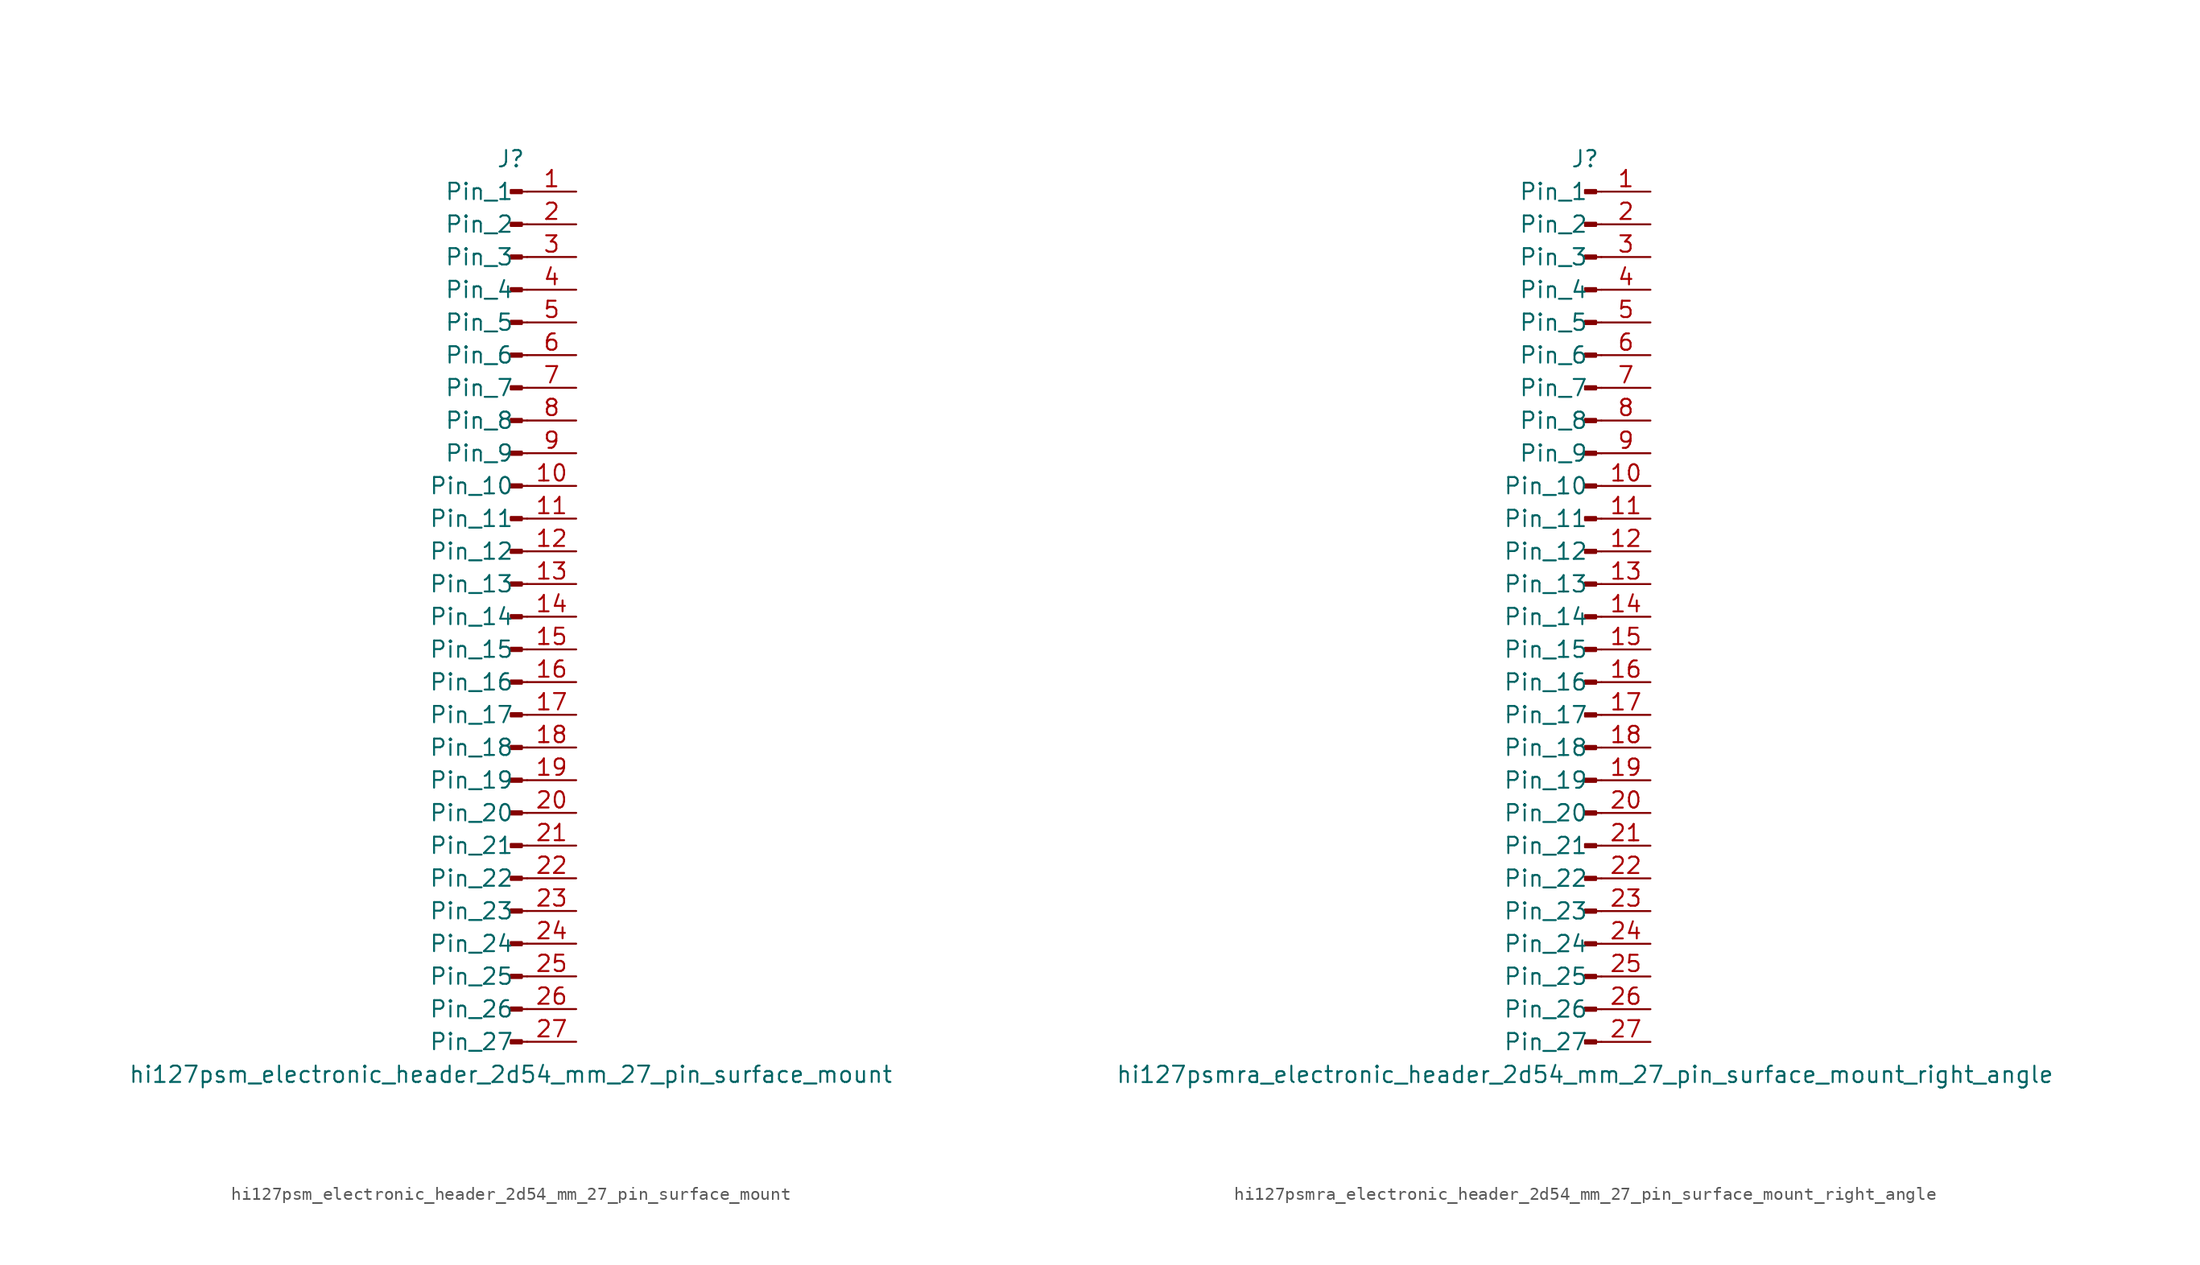
<source format=kicad_sym>
(kicad_symbol_lib
  (version 20220914)
  (generator kicad_symbol_editor)
  (symbol "hi127psm_electronic_header_2d54_mm_27_pin_surface_mount"
    (pin_names
      (offset 1.016))
    (property "Reference" "J"
      (at 0 35.56 0)
      (effects (font (size 1.27 1.27))))
    (property "Value" "hi127psm_electronic_header_2d54_mm_27_pin_surface_mount"
      (at 0 -35.56 0)
      (effects (font (size 1.27 1.27))))
    (property "ki_locked" ""
      (at 0 0 0)
      (effects (font (size 1.27 1.27))))
    (symbol "hi127psm_electronic_header_2d54_mm_27_pin_surface_mount_1_1"
      (polyline (pts (xy 1.27 -33.02) (xy 0.864 -33.02)) (stroke (width 0.152) (type default)) (fill (type none)))
      (polyline (pts (xy 1.27 -30.48) (xy 0.864 -30.48)) (stroke (width 0.152) (type default)) (fill (type none)))
      (polyline (pts (xy 1.27 -27.94) (xy 0.864 -27.94)) (stroke (width 0.152) (type default)) (fill (type none)))
      (polyline (pts (xy 1.27 -25.4) (xy 0.864 -25.4)) (stroke (width 0.152) (type default)) (fill (type none)))
      (polyline (pts (xy 1.27 -22.86) (xy 0.864 -22.86)) (stroke (width 0.152) (type default)) (fill (type none)))
      (polyline (pts (xy 1.27 -20.32) (xy 0.864 -20.32)) (stroke (width 0.152) (type default)) (fill (type none)))
      (polyline (pts (xy 1.27 -17.78) (xy 0.864 -17.78)) (stroke (width 0.152) (type default)) (fill (type none)))
      (polyline (pts (xy 1.27 -15.24) (xy 0.864 -15.24)) (stroke (width 0.152) (type default)) (fill (type none)))
      (polyline (pts (xy 1.27 -12.7) (xy 0.864 -12.7)) (stroke (width 0.152) (type default)) (fill (type none)))
      (polyline (pts (xy 1.27 -10.16) (xy 0.864 -10.16)) (stroke (width 0.152) (type default)) (fill (type none)))
      (polyline (pts (xy 1.27 -7.62) (xy 0.864 -7.62)) (stroke (width 0.152) (type default)) (fill (type none)))
      (polyline (pts (xy 1.27 -5.08) (xy 0.864 -5.08)) (stroke (width 0.152) (type default)) (fill (type none)))
      (polyline (pts (xy 1.27 -2.54) (xy 0.864 -2.54)) (stroke (width 0.152) (type default)) (fill (type none)))
      (polyline (pts (xy 1.27 0) (xy 0.864 0)) (stroke (width 0.152) (type default)) (fill (type none)))
      (polyline (pts (xy 1.27 2.54) (xy 0.864 2.54)) (stroke (width 0.152) (type default)) (fill (type none)))
      (polyline (pts (xy 1.27 5.08) (xy 0.864 5.08)) (stroke (width 0.152) (type default)) (fill (type none)))
      (polyline (pts (xy 1.27 7.62) (xy 0.864 7.62)) (stroke (width 0.152) (type default)) (fill (type none)))
      (polyline (pts (xy 1.27 10.16) (xy 0.864 10.16)) (stroke (width 0.152) (type default)) (fill (type none)))
      (polyline (pts (xy 1.27 12.7) (xy 0.864 12.7)) (stroke (width 0.152) (type default)) (fill (type none)))
      (polyline (pts (xy 1.27 15.24) (xy 0.864 15.24)) (stroke (width 0.152) (type default)) (fill (type none)))
      (polyline (pts (xy 1.27 17.78) (xy 0.864 17.78)) (stroke (width 0.152) (type default)) (fill (type none)))
      (polyline (pts (xy 1.27 20.32) (xy 0.864 20.32)) (stroke (width 0.152) (type default)) (fill (type none)))
      (polyline (pts (xy 1.27 22.86) (xy 0.864 22.86)) (stroke (width 0.152) (type default)) (fill (type none)))
      (polyline (pts (xy 1.27 25.4) (xy 0.864 25.4)) (stroke (width 0.152) (type default)) (fill (type none)))
      (polyline (pts (xy 1.27 27.94) (xy 0.864 27.94)) (stroke (width 0.152) (type default)) (fill (type none)))
      (polyline (pts (xy 1.27 30.48) (xy 0.864 30.48)) (stroke (width 0.152) (type default)) (fill (type none)))
      (polyline (pts (xy 1.27 33.02) (xy 0.864 33.02)) (stroke (width 0.152) (type default)) (fill (type none)))
      (rectangle (start 0.864 -32.893) (end 0 -33.147) (stroke (width 0.152) (type default)) (fill (type outline)))
      (rectangle (start 0.864 -30.353) (end 0 -30.607) (stroke (width 0.152) (type default)) (fill (type outline)))
      (rectangle (start 0.864 -27.813) (end 0 -28.067) (stroke (width 0.152) (type default)) (fill (type outline)))
      (rectangle (start 0.864 -25.273) (end 0 -25.527) (stroke (width 0.152) (type default)) (fill (type outline)))
      (rectangle (start 0.864 -22.733) (end 0 -22.987) (stroke (width 0.152) (type default)) (fill (type outline)))
      (rectangle (start 0.864 -20.193) (end 0 -20.447) (stroke (width 0.152) (type default)) (fill (type outline)))
      (rectangle (start 0.864 -17.653) (end 0 -17.907) (stroke (width 0.152) (type default)) (fill (type outline)))
      (rectangle (start 0.864 -15.113) (end 0 -15.367) (stroke (width 0.152) (type default)) (fill (type outline)))
      (rectangle (start 0.864 -12.573) (end 0 -12.827) (stroke (width 0.152) (type default)) (fill (type outline)))
      (rectangle (start 0.864 -10.033) (end 0 -10.287) (stroke (width 0.152) (type default)) (fill (type outline)))
      (rectangle (start 0.864 -7.493) (end 0 -7.747) (stroke (width 0.152) (type default)) (fill (type outline)))
      (rectangle (start 0.864 -4.953) (end 0 -5.207) (stroke (width 0.152) (type default)) (fill (type outline)))
      (rectangle (start 0.864 -2.413) (end 0 -2.667) (stroke (width 0.152) (type default)) (fill (type outline)))
      (rectangle (start 0.864 0.127) (end 0 -0.127) (stroke (width 0.152) (type default)) (fill (type outline)))
      (rectangle (start 0.864 2.667) (end 0 2.413) (stroke (width 0.152) (type default)) (fill (type outline)))
      (rectangle (start 0.864 5.207) (end 0 4.953) (stroke (width 0.152) (type default)) (fill (type outline)))
      (rectangle (start 0.864 7.747) (end 0 7.493) (stroke (width 0.152) (type default)) (fill (type outline)))
      (rectangle (start 0.864 10.287) (end 0 10.033) (stroke (width 0.152) (type default)) (fill (type outline)))
      (rectangle (start 0.864 12.827) (end 0 12.573) (stroke (width 0.152) (type default)) (fill (type outline)))
      (rectangle (start 0.864 15.367) (end 0 15.113) (stroke (width 0.152) (type default)) (fill (type outline)))
      (rectangle (start 0.864 17.907) (end 0 17.653) (stroke (width 0.152) (type default)) (fill (type outline)))
      (rectangle (start 0.864 20.447) (end 0 20.193) (stroke (width 0.152) (type default)) (fill (type outline)))
      (rectangle (start 0.864 22.987) (end 0 22.733) (stroke (width 0.152) (type default)) (fill (type outline)))
      (rectangle (start 0.864 25.527) (end 0 25.273) (stroke (width 0.152) (type default)) (fill (type outline)))
      (rectangle (start 0.864 28.067) (end 0 27.813) (stroke (width 0.152) (type default)) (fill (type outline)))
      (rectangle (start 0.864 30.607) (end 0 30.353) (stroke (width 0.152) (type default)) (fill (type outline)))
      (rectangle (start 0.864 33.147) (end 0 32.893) (stroke (width 0.152) (type default)) (fill (type outline)))
      (pin passive line (at 5.08 33.02 180) (length 3.81) (name "Pin_1" (effects (font (size 1.27 1.27)))) (number "1" (effects (font (size 1.27 1.27)))))
      (pin passive line (at 5.08 10.16 180) (length 3.81) (name "Pin_10" (effects (font (size 1.27 1.27)))) (number "10" (effects (font (size 1.27 1.27)))))
      (pin passive line (at 5.08 7.62 180) (length 3.81) (name "Pin_11" (effects (font (size 1.27 1.27)))) (number "11" (effects (font (size 1.27 1.27)))))
      (pin passive line (at 5.08 5.08 180) (length 3.81) (name "Pin_12" (effects (font (size 1.27 1.27)))) (number "12" (effects (font (size 1.27 1.27)))))
      (pin passive line (at 5.08 2.54 180) (length 3.81) (name "Pin_13" (effects (font (size 1.27 1.27)))) (number "13" (effects (font (size 1.27 1.27)))))
      (pin passive line (at 5.08 0 180) (length 3.81) (name "Pin_14" (effects (font (size 1.27 1.27)))) (number "14" (effects (font (size 1.27 1.27)))))
      (pin passive line (at 5.08 -2.54 180) (length 3.81) (name "Pin_15" (effects (font (size 1.27 1.27)))) (number "15" (effects (font (size 1.27 1.27)))))
      (pin passive line (at 5.08 -5.08 180) (length 3.81) (name "Pin_16" (effects (font (size 1.27 1.27)))) (number "16" (effects (font (size 1.27 1.27)))))
      (pin passive line (at 5.08 -7.62 180) (length 3.81) (name "Pin_17" (effects (font (size 1.27 1.27)))) (number "17" (effects (font (size 1.27 1.27)))))
      (pin passive line (at 5.08 -10.16 180) (length 3.81) (name "Pin_18" (effects (font (size 1.27 1.27)))) (number "18" (effects (font (size 1.27 1.27)))))
      (pin passive line (at 5.08 -12.7 180) (length 3.81) (name "Pin_19" (effects (font (size 1.27 1.27)))) (number "19" (effects (font (size 1.27 1.27)))))
      (pin passive line (at 5.08 30.48 180) (length 3.81) (name "Pin_2" (effects (font (size 1.27 1.27)))) (number "2" (effects (font (size 1.27 1.27)))))
      (pin passive line (at 5.08 -15.24 180) (length 3.81) (name "Pin_20" (effects (font (size 1.27 1.27)))) (number "20" (effects (font (size 1.27 1.27)))))
      (pin passive line (at 5.08 -17.78 180) (length 3.81) (name "Pin_21" (effects (font (size 1.27 1.27)))) (number "21" (effects (font (size 1.27 1.27)))))
      (pin passive line (at 5.08 -20.32 180) (length 3.81) (name "Pin_22" (effects (font (size 1.27 1.27)))) (number "22" (effects (font (size 1.27 1.27)))))
      (pin passive line (at 5.08 -22.86 180) (length 3.81) (name "Pin_23" (effects (font (size 1.27 1.27)))) (number "23" (effects (font (size 1.27 1.27)))))
      (pin passive line (at 5.08 -25.4 180) (length 3.81) (name "Pin_24" (effects (font (size 1.27 1.27)))) (number "24" (effects (font (size 1.27 1.27)))))
      (pin passive line (at 5.08 -27.94 180) (length 3.81) (name "Pin_25" (effects (font (size 1.27 1.27)))) (number "25" (effects (font (size 1.27 1.27)))))
      (pin passive line (at 5.08 -30.48 180) (length 3.81) (name "Pin_26" (effects (font (size 1.27 1.27)))) (number "26" (effects (font (size 1.27 1.27)))))
      (pin passive line (at 5.08 -33.02 180) (length 3.81) (name "Pin_27" (effects (font (size 1.27 1.27)))) (number "27" (effects (font (size 1.27 1.27)))))
      (pin passive line (at 5.08 27.94 180) (length 3.81) (name "Pin_3" (effects (font (size 1.27 1.27)))) (number "3" (effects (font (size 1.27 1.27)))))
      (pin passive line (at 5.08 25.4 180) (length 3.81) (name "Pin_4" (effects (font (size 1.27 1.27)))) (number "4" (effects (font (size 1.27 1.27)))))
      (pin passive line (at 5.08 22.86 180) (length 3.81) (name "Pin_5" (effects (font (size 1.27 1.27)))) (number "5" (effects (font (size 1.27 1.27)))))
      (pin passive line (at 5.08 20.32 180) (length 3.81) (name "Pin_6" (effects (font (size 1.27 1.27)))) (number "6" (effects (font (size 1.27 1.27)))))
      (pin passive line (at 5.08 17.78 180) (length 3.81) (name "Pin_7" (effects (font (size 1.27 1.27)))) (number "7" (effects (font (size 1.27 1.27)))))
      (pin passive line (at 5.08 15.24 180) (length 3.81) (name "Pin_8" (effects (font (size 1.27 1.27)))) (number "8" (effects (font (size 1.27 1.27)))))
      (pin passive line (at 5.08 12.7 180) (length 3.81) (name "Pin_9" (effects (font (size 1.27 1.27)))) (number "9" (effects (font (size 1.27 1.27)))))))
  (symbol "hi127psmra_electronic_header_2d54_mm_27_pin_surface_mount_right_angle"
    (pin_names
      (offset 1.016))
    (property "Reference" "J"
      (at 0 35.56 0)
      (effects (font (size 1.27 1.27))))
    (property "Value" "hi127psmra_electronic_header_2d54_mm_27_pin_surface_mount_right_angle"
      (at 0 -35.56 0)
      (effects (font (size 1.27 1.27))))
    (property "ki_locked" ""
      (at 0 0 0)
      (effects (font (size 1.27 1.27))))
    (symbol "hi127psmra_electronic_header_2d54_mm_27_pin_surface_mount_right_angle_1_1"
      (polyline (pts (xy 1.27 -33.02) (xy 0.864 -33.02)) (stroke (width 0.152) (type default)) (fill (type none)))
      (polyline (pts (xy 1.27 -30.48) (xy 0.864 -30.48)) (stroke (width 0.152) (type default)) (fill (type none)))
      (polyline (pts (xy 1.27 -27.94) (xy 0.864 -27.94)) (stroke (width 0.152) (type default)) (fill (type none)))
      (polyline (pts (xy 1.27 -25.4) (xy 0.864 -25.4)) (stroke (width 0.152) (type default)) (fill (type none)))
      (polyline (pts (xy 1.27 -22.86) (xy 0.864 -22.86)) (stroke (width 0.152) (type default)) (fill (type none)))
      (polyline (pts (xy 1.27 -20.32) (xy 0.864 -20.32)) (stroke (width 0.152) (type default)) (fill (type none)))
      (polyline (pts (xy 1.27 -17.78) (xy 0.864 -17.78)) (stroke (width 0.152) (type default)) (fill (type none)))
      (polyline (pts (xy 1.27 -15.24) (xy 0.864 -15.24)) (stroke (width 0.152) (type default)) (fill (type none)))
      (polyline (pts (xy 1.27 -12.7) (xy 0.864 -12.7)) (stroke (width 0.152) (type default)) (fill (type none)))
      (polyline (pts (xy 1.27 -10.16) (xy 0.864 -10.16)) (stroke (width 0.152) (type default)) (fill (type none)))
      (polyline (pts (xy 1.27 -7.62) (xy 0.864 -7.62)) (stroke (width 0.152) (type default)) (fill (type none)))
      (polyline (pts (xy 1.27 -5.08) (xy 0.864 -5.08)) (stroke (width 0.152) (type default)) (fill (type none)))
      (polyline (pts (xy 1.27 -2.54) (xy 0.864 -2.54)) (stroke (width 0.152) (type default)) (fill (type none)))
      (polyline (pts (xy 1.27 0) (xy 0.864 0)) (stroke (width 0.152) (type default)) (fill (type none)))
      (polyline (pts (xy 1.27 2.54) (xy 0.864 2.54)) (stroke (width 0.152) (type default)) (fill (type none)))
      (polyline (pts (xy 1.27 5.08) (xy 0.864 5.08)) (stroke (width 0.152) (type default)) (fill (type none)))
      (polyline (pts (xy 1.27 7.62) (xy 0.864 7.62)) (stroke (width 0.152) (type default)) (fill (type none)))
      (polyline (pts (xy 1.27 10.16) (xy 0.864 10.16)) (stroke (width 0.152) (type default)) (fill (type none)))
      (polyline (pts (xy 1.27 12.7) (xy 0.864 12.7)) (stroke (width 0.152) (type default)) (fill (type none)))
      (polyline (pts (xy 1.27 15.24) (xy 0.864 15.24)) (stroke (width 0.152) (type default)) (fill (type none)))
      (polyline (pts (xy 1.27 17.78) (xy 0.864 17.78)) (stroke (width 0.152) (type default)) (fill (type none)))
      (polyline (pts (xy 1.27 20.32) (xy 0.864 20.32)) (stroke (width 0.152) (type default)) (fill (type none)))
      (polyline (pts (xy 1.27 22.86) (xy 0.864 22.86)) (stroke (width 0.152) (type default)) (fill (type none)))
      (polyline (pts (xy 1.27 25.4) (xy 0.864 25.4)) (stroke (width 0.152) (type default)) (fill (type none)))
      (polyline (pts (xy 1.27 27.94) (xy 0.864 27.94)) (stroke (width 0.152) (type default)) (fill (type none)))
      (polyline (pts (xy 1.27 30.48) (xy 0.864 30.48)) (stroke (width 0.152) (type default)) (fill (type none)))
      (polyline (pts (xy 1.27 33.02) (xy 0.864 33.02)) (stroke (width 0.152) (type default)) (fill (type none)))
      (rectangle (start 0.864 -32.893) (end 0 -33.147) (stroke (width 0.152) (type default)) (fill (type outline)))
      (rectangle (start 0.864 -30.353) (end 0 -30.607) (stroke (width 0.152) (type default)) (fill (type outline)))
      (rectangle (start 0.864 -27.813) (end 0 -28.067) (stroke (width 0.152) (type default)) (fill (type outline)))
      (rectangle (start 0.864 -25.273) (end 0 -25.527) (stroke (width 0.152) (type default)) (fill (type outline)))
      (rectangle (start 0.864 -22.733) (end 0 -22.987) (stroke (width 0.152) (type default)) (fill (type outline)))
      (rectangle (start 0.864 -20.193) (end 0 -20.447) (stroke (width 0.152) (type default)) (fill (type outline)))
      (rectangle (start 0.864 -17.653) (end 0 -17.907) (stroke (width 0.152) (type default)) (fill (type outline)))
      (rectangle (start 0.864 -15.113) (end 0 -15.367) (stroke (width 0.152) (type default)) (fill (type outline)))
      (rectangle (start 0.864 -12.573) (end 0 -12.827) (stroke (width 0.152) (type default)) (fill (type outline)))
      (rectangle (start 0.864 -10.033) (end 0 -10.287) (stroke (width 0.152) (type default)) (fill (type outline)))
      (rectangle (start 0.864 -7.493) (end 0 -7.747) (stroke (width 0.152) (type default)) (fill (type outline)))
      (rectangle (start 0.864 -4.953) (end 0 -5.207) (stroke (width 0.152) (type default)) (fill (type outline)))
      (rectangle (start 0.864 -2.413) (end 0 -2.667) (stroke (width 0.152) (type default)) (fill (type outline)))
      (rectangle (start 0.864 0.127) (end 0 -0.127) (stroke (width 0.152) (type default)) (fill (type outline)))
      (rectangle (start 0.864 2.667) (end 0 2.413) (stroke (width 0.152) (type default)) (fill (type outline)))
      (rectangle (start 0.864 5.207) (end 0 4.953) (stroke (width 0.152) (type default)) (fill (type outline)))
      (rectangle (start 0.864 7.747) (end 0 7.493) (stroke (width 0.152) (type default)) (fill (type outline)))
      (rectangle (start 0.864 10.287) (end 0 10.033) (stroke (width 0.152) (type default)) (fill (type outline)))
      (rectangle (start 0.864 12.827) (end 0 12.573) (stroke (width 0.152) (type default)) (fill (type outline)))
      (rectangle (start 0.864 15.367) (end 0 15.113) (stroke (width 0.152) (type default)) (fill (type outline)))
      (rectangle (start 0.864 17.907) (end 0 17.653) (stroke (width 0.152) (type default)) (fill (type outline)))
      (rectangle (start 0.864 20.447) (end 0 20.193) (stroke (width 0.152) (type default)) (fill (type outline)))
      (rectangle (start 0.864 22.987) (end 0 22.733) (stroke (width 0.152) (type default)) (fill (type outline)))
      (rectangle (start 0.864 25.527) (end 0 25.273) (stroke (width 0.152) (type default)) (fill (type outline)))
      (rectangle (start 0.864 28.067) (end 0 27.813) (stroke (width 0.152) (type default)) (fill (type outline)))
      (rectangle (start 0.864 30.607) (end 0 30.353) (stroke (width 0.152) (type default)) (fill (type outline)))
      (rectangle (start 0.864 33.147) (end 0 32.893) (stroke (width 0.152) (type default)) (fill (type outline)))
      (pin passive line (at 5.08 33.02 180) (length 3.81) (name "Pin_1" (effects (font (size 1.27 1.27)))) (number "1" (effects (font (size 1.27 1.27)))))
      (pin passive line (at 5.08 10.16 180) (length 3.81) (name "Pin_10" (effects (font (size 1.27 1.27)))) (number "10" (effects (font (size 1.27 1.27)))))
      (pin passive line (at 5.08 7.62 180) (length 3.81) (name "Pin_11" (effects (font (size 1.27 1.27)))) (number "11" (effects (font (size 1.27 1.27)))))
      (pin passive line (at 5.08 5.08 180) (length 3.81) (name "Pin_12" (effects (font (size 1.27 1.27)))) (number "12" (effects (font (size 1.27 1.27)))))
      (pin passive line (at 5.08 2.54 180) (length 3.81) (name "Pin_13" (effects (font (size 1.27 1.27)))) (number "13" (effects (font (size 1.27 1.27)))))
      (pin passive line (at 5.08 0 180) (length 3.81) (name "Pin_14" (effects (font (size 1.27 1.27)))) (number "14" (effects (font (size 1.27 1.27)))))
      (pin passive line (at 5.08 -2.54 180) (length 3.81) (name "Pin_15" (effects (font (size 1.27 1.27)))) (number "15" (effects (font (size 1.27 1.27)))))
      (pin passive line (at 5.08 -5.08 180) (length 3.81) (name "Pin_16" (effects (font (size 1.27 1.27)))) (number "16" (effects (font (size 1.27 1.27)))))
      (pin passive line (at 5.08 -7.62 180) (length 3.81) (name "Pin_17" (effects (font (size 1.27 1.27)))) (number "17" (effects (font (size 1.27 1.27)))))
      (pin passive line (at 5.08 -10.16 180) (length 3.81) (name "Pin_18" (effects (font (size 1.27 1.27)))) (number "18" (effects (font (size 1.27 1.27)))))
      (pin passive line (at 5.08 -12.7 180) (length 3.81) (name "Pin_19" (effects (font (size 1.27 1.27)))) (number "19" (effects (font (size 1.27 1.27)))))
      (pin passive line (at 5.08 30.48 180) (length 3.81) (name "Pin_2" (effects (font (size 1.27 1.27)))) (number "2" (effects (font (size 1.27 1.27)))))
      (pin passive line (at 5.08 -15.24 180) (length 3.81) (name "Pin_20" (effects (font (size 1.27 1.27)))) (number "20" (effects (font (size 1.27 1.27)))))
      (pin passive line (at 5.08 -17.78 180) (length 3.81) (name "Pin_21" (effects (font (size 1.27 1.27)))) (number "21" (effects (font (size 1.27 1.27)))))
      (pin passive line (at 5.08 -20.32 180) (length 3.81) (name "Pin_22" (effects (font (size 1.27 1.27)))) (number "22" (effects (font (size 1.27 1.27)))))
      (pin passive line (at 5.08 -22.86 180) (length 3.81) (name "Pin_23" (effects (font (size 1.27 1.27)))) (number "23" (effects (font (size 1.27 1.27)))))
      (pin passive line (at 5.08 -25.4 180) (length 3.81) (name "Pin_24" (effects (font (size 1.27 1.27)))) (number "24" (effects (font (size 1.27 1.27)))))
      (pin passive line (at 5.08 -27.94 180) (length 3.81) (name "Pin_25" (effects (font (size 1.27 1.27)))) (number "25" (effects (font (size 1.27 1.27)))))
      (pin passive line (at 5.08 -30.48 180) (length 3.81) (name "Pin_26" (effects (font (size 1.27 1.27)))) (number "26" (effects (font (size 1.27 1.27)))))
      (pin passive line (at 5.08 -33.02 180) (length 3.81) (name "Pin_27" (effects (font (size 1.27 1.27)))) (number "27" (effects (font (size 1.27 1.27)))))
      (pin passive line (at 5.08 27.94 180) (length 3.81) (name "Pin_3" (effects (font (size 1.27 1.27)))) (number "3" (effects (font (size 1.27 1.27)))))
      (pin passive line (at 5.08 25.4 180) (length 3.81) (name "Pin_4" (effects (font (size 1.27 1.27)))) (number "4" (effects (font (size 1.27 1.27)))))
      (pin passive line (at 5.08 22.86 180) (length 3.81) (name "Pin_5" (effects (font (size 1.27 1.27)))) (number "5" (effects (font (size 1.27 1.27)))))
      (pin passive line (at 5.08 20.32 180) (length 3.81) (name "Pin_6" (effects (font (size 1.27 1.27)))) (number "6" (effects (font (size 1.27 1.27)))))
      (pin passive line (at 5.08 17.78 180) (length 3.81) (name "Pin_7" (effects (font (size 1.27 1.27)))) (number "7" (effects (font (size 1.27 1.27)))))
      (pin passive line (at 5.08 15.24 180) (length 3.81) (name "Pin_8" (effects (font (size 1.27 1.27)))) (number "8" (effects (font (size 1.27 1.27)))))
      (pin passive line (at 5.08 12.7 180) (length 3.81) (name "Pin_9" (effects (font (size 1.27 1.27)))) (number "9" (effects (font (size 1.27 1.27))))))))
</source>
